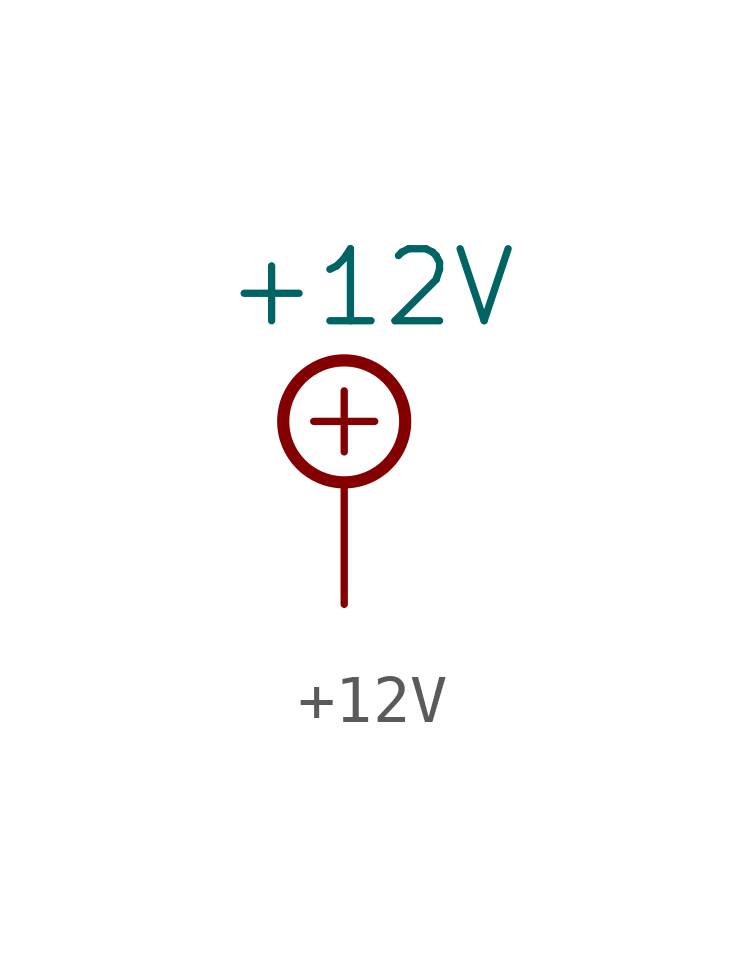
<source format=kicad_sym>
(kicad_symbol_lib
  (version 20231120)
  (generator "kicad_symbol_editor")
  (generator_version "8.0")
  (symbol "+12V"
    (power)
    (pin_names
      (offset 1.016))
    (property "Reference" "#SUPPLY"
      (at 0 0 0)
      (effects (font (size 1.27 1.27)) (hide yes)))
    (property "Value" "+12V"
      (at -2.54 3.175 0)
      (effects (font (size 1.499 1.499)) (justify left bottom)))
    (property "ki_locked" ""
      (at 0 0 0)
      (effects (font (size 1.27 1.27))))
    (symbol "+12V_1_0"
      (polyline (pts (xy -0.635 1.27) (xy 0.635 1.27)) (stroke (width 0) (type solid)) (fill (type none)))
      (polyline (pts (xy 0 1.905) (xy 0 0.635)) (stroke (width 0) (type solid)) (fill (type none)))
      (circle (center 0 1.27) (radius 1.27) (stroke (width 0.254) (type solid)) (fill (type none)))
      (pin power_in line (at 0 -2.54 90) (length 2.54) (name "+12V" (effects (font (size 0 0)))) (number "1" (effects (font (size 0 0))))))))
</source>
